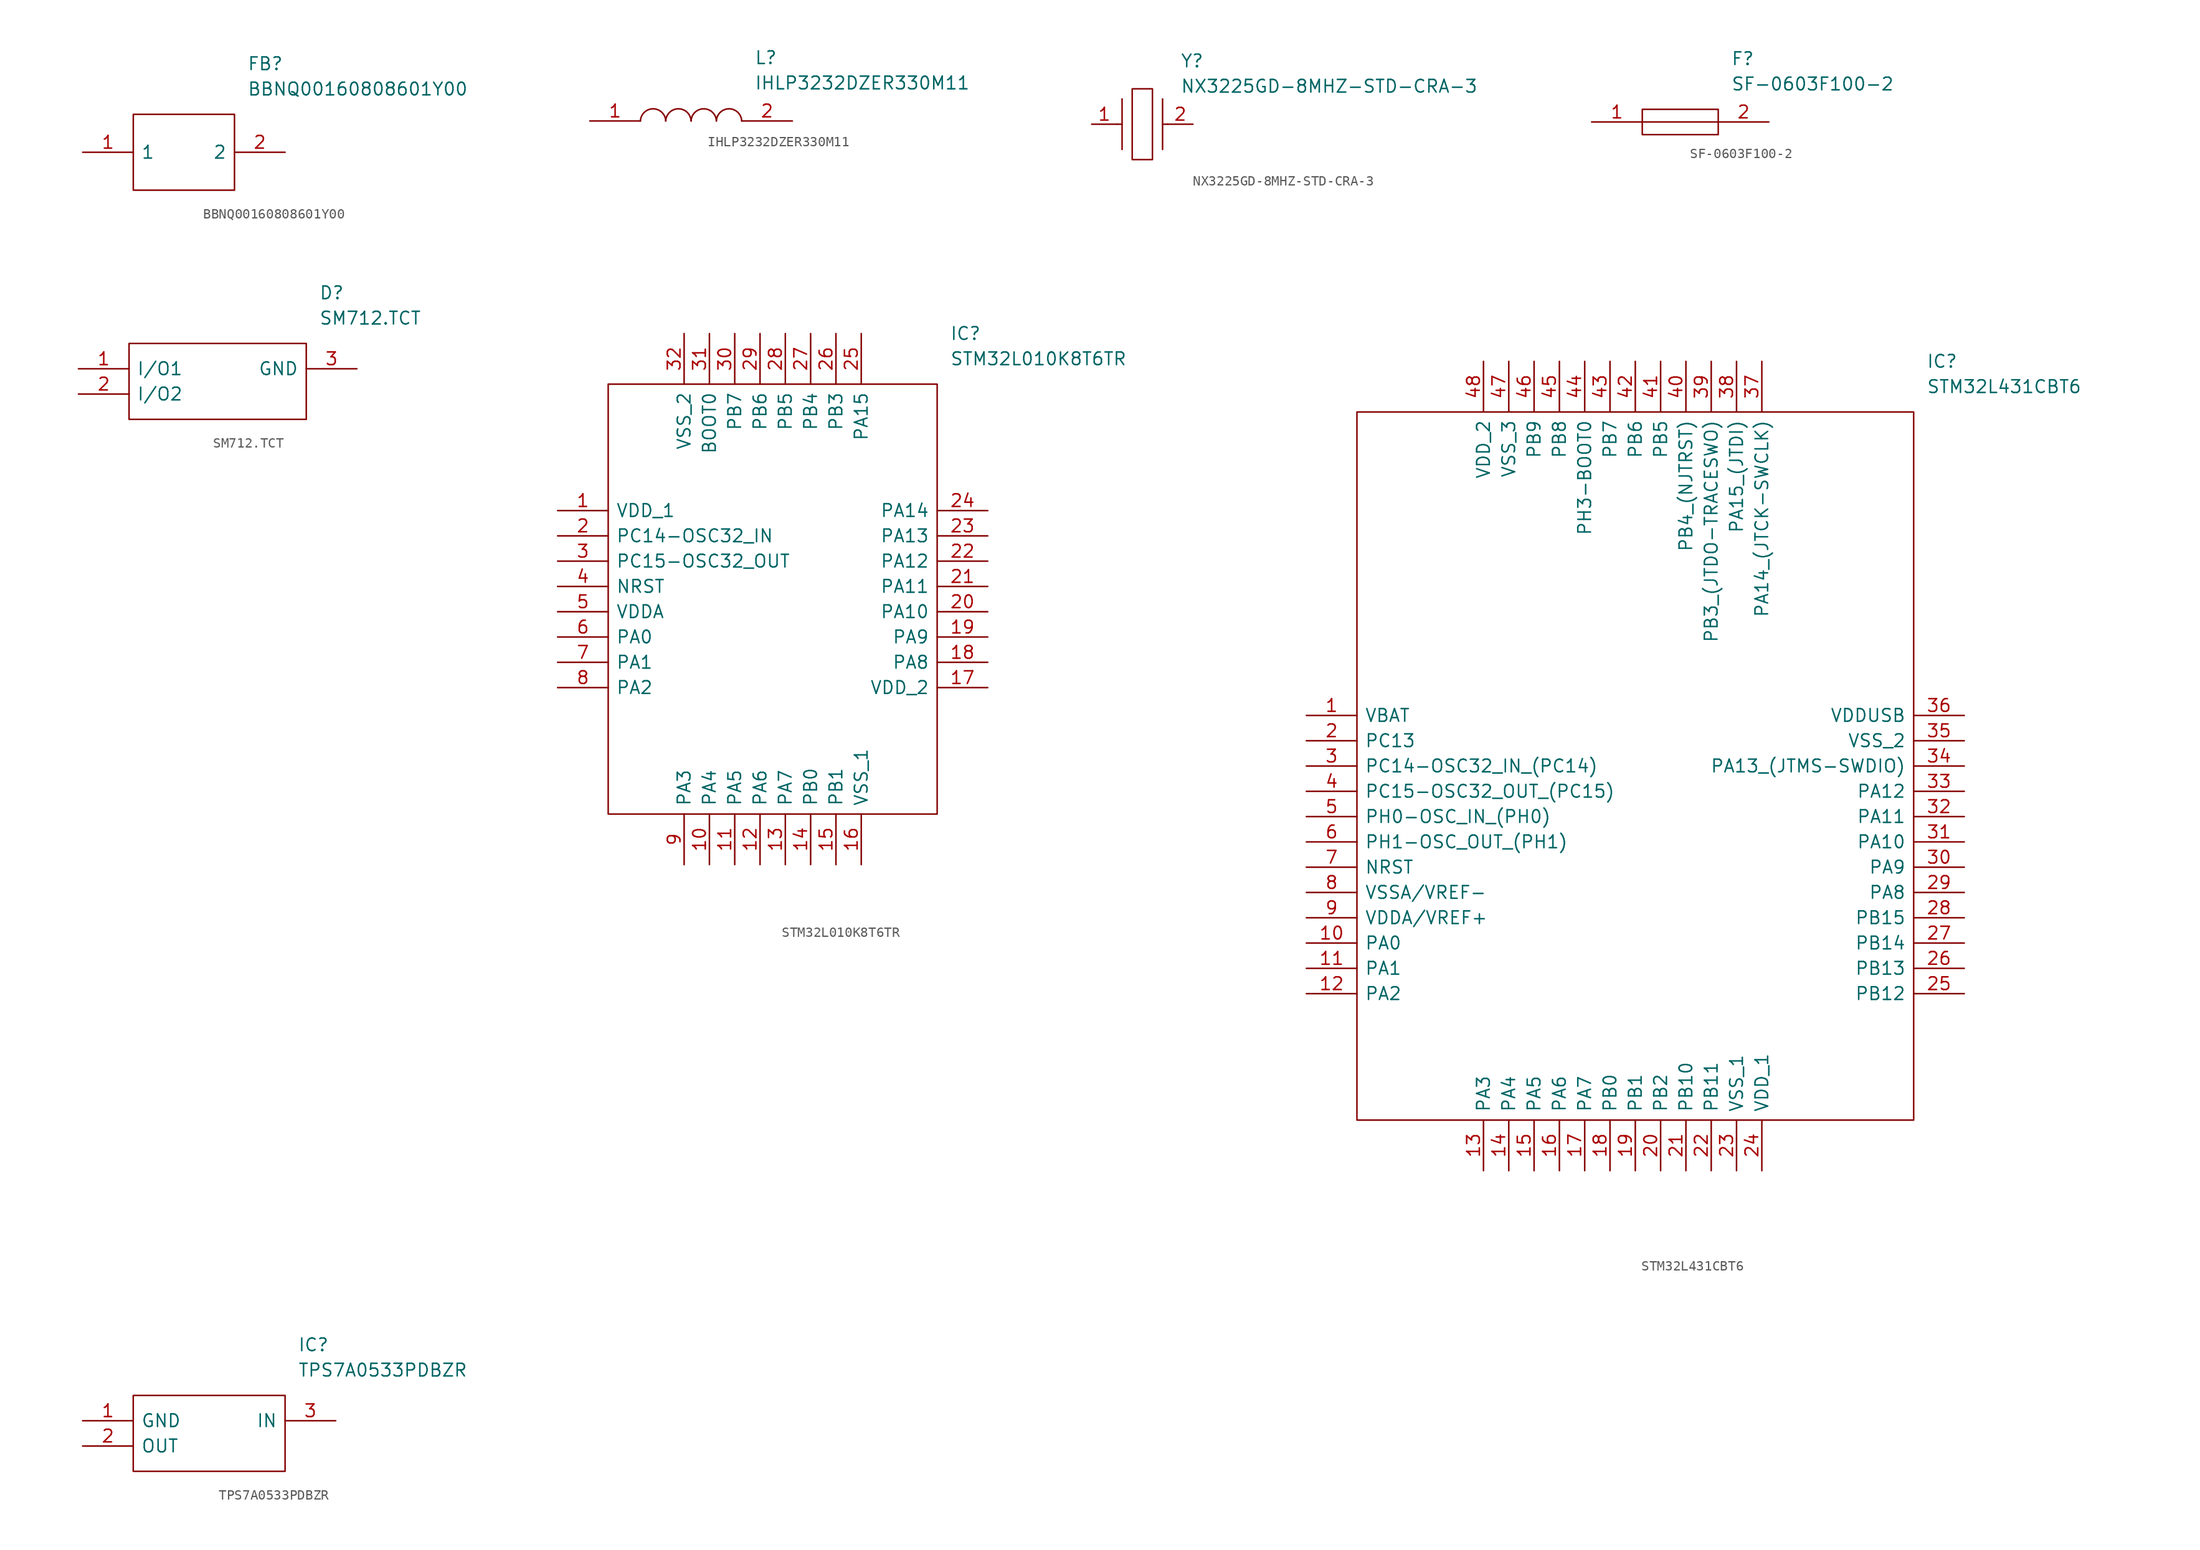
<source format=kicad_sym>
(kicad_symbol_lib
  (version 20220914)
  (generator kicad_symbol_editor)
  (symbol "BBNQ00160808601Y00"
    (pin_names
      (offset 0.762))
    (property "Reference" "FB"
      (at 16.51 7.62 0)
      (effects (font (size 1.27 1.27)) (justify left)))
    (property "Value" "BBNQ00160808601Y00"
      (at 16.51 5.08 0)
      (effects (font (size 1.27 1.27)) (justify left)))
    (symbol "BBNQ00160808601Y00_0_0"
      (pin passive line (at 0 -1.27 0) (length 5.08) (name "1" (effects (font (size 1.27 1.27)))) (number "1" (effects (font (size 1.27 1.27)))))
      (pin passive line (at 20.32 -1.27 180) (length 5.08) (name "2" (effects (font (size 1.27 1.27)))) (number "2" (effects (font (size 1.27 1.27))))))
    (symbol "BBNQ00160808601Y00_0_1"
      (polyline (pts (xy 5.08 2.54) (xy 15.24 2.54) (xy 15.24 -5.08) (xy 5.08 -5.08) (xy 5.08 2.54)) (stroke (width 0.152) (type solid)) (fill (type none)))))
  (symbol "IHLP3232DZER330M11"
    (pin_names
      (offset 0.762))
    (property "Reference" "L"
      (at 16.51 6.35 0)
      (effects (font (size 1.27 1.27)) (justify left)))
    (property "Value" "IHLP3232DZER330M11"
      (at 16.51 3.81 0)
      (effects (font (size 1.27 1.27)) (justify left)))
    (symbol "IHLP3232DZER330M11_0_0"
      (pin passive line (at 0 0 0) (length 5.08) (name "~" (effects (font (size 1.27 1.27)))) (number "1" (effects (font (size 1.27 1.27)))))
      (pin passive line (at 20.32 0 180) (length 5.08) (name "~" (effects (font (size 1.27 1.27)))) (number "2" (effects (font (size 1.27 1.27))))))
    (symbol "IHLP3232DZER330M11_0_1"
      (arc (start 7.62 0) (mid 6.35 1.2202) (end 5.08 0) (stroke (width 0.1524) (type solid)) (fill (type none)))
      (arc (start 10.16 0) (mid 8.89 1.2202) (end 7.62 0) (stroke (width 0.1524) (type solid)) (fill (type none)))
      (arc (start 12.7 0) (mid 11.43 1.2202) (end 10.16 0) (stroke (width 0.1524) (type solid)) (fill (type none)))
      (arc (start 15.24 0) (mid 13.97 1.2202) (end 12.7 0) (stroke (width 0.1524) (type solid)) (fill (type none)))))
  (symbol "NX3225GD-8MHZ-STD-CRA-3"
    (pin_names
      (offset 0.762))
    (property "Reference" "Y"
      (at 8.89 6.35 0)
      (effects (font (size 1.27 1.27)) (justify left)))
    (property "Value" "NX3225GD-8MHZ-STD-CRA-3"
      (at 8.89 3.81 0)
      (effects (font (size 1.27 1.27)) (justify left)))
    (symbol "NX3225GD-8MHZ-STD-CRA-3_0_0"
      (pin passive line (at 0 0 0) (length 2.54) (name "~" (effects (font (size 1.27 1.27)))) (number "1" (effects (font (size 1.27 1.27)))))
      (pin passive line (at 10.16 0 180) (length 2.54) (name "~" (effects (font (size 1.27 1.27)))) (number "2" (effects (font (size 1.27 1.27))))))
    (symbol "NX3225GD-8MHZ-STD-CRA-3_0_1"
      (polyline (pts (xy 3.048 0) (xy 2.54 0)) (stroke (width 0.152) (type solid)) (fill (type none)))
      (polyline (pts (xy 3.048 2.54) (xy 3.048 -2.54)) (stroke (width 0.152) (type solid)) (fill (type none)))
      (polyline (pts (xy 7.112 0) (xy 7.62 0)) (stroke (width 0.152) (type solid)) (fill (type none)))
      (polyline (pts (xy 7.112 2.54) (xy 7.112 -2.54)) (stroke (width 0.152) (type solid)) (fill (type none)))
      (polyline (pts (xy 4.064 3.556) (xy 4.064 -3.556) (xy 6.096 -3.556) (xy 6.096 3.556) (xy 4.064 3.556)) (stroke (width 0.152) (type solid)) (fill (type none)))))
  (symbol "SF-0603F100-2"
    (pin_names
      (offset 0.762))
    (property "Reference" "F"
      (at 13.97 6.35 0)
      (effects (font (size 1.27 1.27)) (justify left)))
    (property "Value" "SF-0603F100-2"
      (at 13.97 3.81 0)
      (effects (font (size 1.27 1.27)) (justify left)))
    (symbol "SF-0603F100-2_0_0"
      (pin passive line (at 0 0 0) (length 5.08) (name "~" (effects (font (size 1.27 1.27)))) (number "1" (effects (font (size 1.27 1.27)))))
      (pin passive line (at 17.78 0 180) (length 5.08) (name "~" (effects (font (size 1.27 1.27)))) (number "2" (effects (font (size 1.27 1.27))))))
    (symbol "SF-0603F100-2_0_1"
      (polyline (pts (xy 5.08 0) (xy 12.7 0)) (stroke (width 0.152) (type solid)) (fill (type none)))
      (polyline (pts (xy 5.08 1.27) (xy 12.7 1.27) (xy 12.7 -1.27) (xy 5.08 -1.27) (xy 5.08 1.27)) (stroke (width 0.152) (type solid)) (fill (type none)))))
  (symbol "SM712.TCT"
    (pin_names
      (offset 0.762))
    (property "Reference" "D"
      (at 24.13 7.62 0)
      (effects (font (size 1.27 1.27)) (justify left)))
    (property "Value" "SM712.TCT"
      (at 24.13 5.08 0)
      (effects (font (size 1.27 1.27)) (justify left)))
    (symbol "SM712.TCT_0_0"
      (pin passive line (at 0 0 0) (length 5.08) (name "I/O1" (effects (font (size 1.27 1.27)))) (number "1" (effects (font (size 1.27 1.27)))))
      (pin passive line (at 0 -2.54 0) (length 5.08) (name "I/O2" (effects (font (size 1.27 1.27)))) (number "2" (effects (font (size 1.27 1.27)))))
      (pin passive line (at 27.94 0 180) (length 5.08) (name "GND" (effects (font (size 1.27 1.27)))) (number "3" (effects (font (size 1.27 1.27))))))
    (symbol "SM712.TCT_0_1"
      (polyline (pts (xy 5.08 2.54) (xy 22.86 2.54) (xy 22.86 -5.08) (xy 5.08 -5.08) (xy 5.08 2.54)) (stroke (width 0.152) (type solid)) (fill (type none)))))
  (symbol "STM32L010K8T6TR"
    (pin_names
      (offset 0.762))
    (property "Reference" "IC"
      (at 39.37 17.78 0)
      (effects (font (size 1.27 1.27)) (justify left)))
    (property "Value" "STM32L010K8T6TR"
      (at 39.37 15.24 0)
      (effects (font (size 1.27 1.27)) (justify left)))
    (symbol "STM32L010K8T6TR_0_0"
      (pin passive line (at 0 0 0) (length 5.08) (name "VDD_1" (effects (font (size 1.27 1.27)))) (number "1" (effects (font (size 1.27 1.27)))))
      (pin passive line (at 15.24 -35.56 90) (length 5.08) (name "PA4" (effects (font (size 1.27 1.27)))) (number "10" (effects (font (size 1.27 1.27)))))
      (pin passive line (at 17.78 -35.56 90) (length 5.08) (name "PA5" (effects (font (size 1.27 1.27)))) (number "11" (effects (font (size 1.27 1.27)))))
      (pin passive line (at 20.32 -35.56 90) (length 5.08) (name "PA6" (effects (font (size 1.27 1.27)))) (number "12" (effects (font (size 1.27 1.27)))))
      (pin passive line (at 22.86 -35.56 90) (length 5.08) (name "PA7" (effects (font (size 1.27 1.27)))) (number "13" (effects (font (size 1.27 1.27)))))
      (pin passive line (at 25.4 -35.56 90) (length 5.08) (name "PB0" (effects (font (size 1.27 1.27)))) (number "14" (effects (font (size 1.27 1.27)))))
      (pin passive line (at 27.94 -35.56 90) (length 5.08) (name "PB1" (effects (font (size 1.27 1.27)))) (number "15" (effects (font (size 1.27 1.27)))))
      (pin passive line (at 30.48 -35.56 90) (length 5.08) (name "VSS_1" (effects (font (size 1.27 1.27)))) (number "16" (effects (font (size 1.27 1.27)))))
      (pin passive line (at 43.18 -17.78 180) (length 5.08) (name "VDD_2" (effects (font (size 1.27 1.27)))) (number "17" (effects (font (size 1.27 1.27)))))
      (pin passive line (at 43.18 -15.24 180) (length 5.08) (name "PA8" (effects (font (size 1.27 1.27)))) (number "18" (effects (font (size 1.27 1.27)))))
      (pin passive line (at 43.18 -12.7 180) (length 5.08) (name "PA9" (effects (font (size 1.27 1.27)))) (number "19" (effects (font (size 1.27 1.27)))))
      (pin passive line (at 0 -2.54 0) (length 5.08) (name "PC14-OSC32_IN" (effects (font (size 1.27 1.27)))) (number "2" (effects (font (size 1.27 1.27)))))
      (pin passive line (at 43.18 -10.16 180) (length 5.08) (name "PA10" (effects (font (size 1.27 1.27)))) (number "20" (effects (font (size 1.27 1.27)))))
      (pin passive line (at 43.18 -7.62 180) (length 5.08) (name "PA11" (effects (font (size 1.27 1.27)))) (number "21" (effects (font (size 1.27 1.27)))))
      (pin passive line (at 43.18 -5.08 180) (length 5.08) (name "PA12" (effects (font (size 1.27 1.27)))) (number "22" (effects (font (size 1.27 1.27)))))
      (pin passive line (at 43.18 -2.54 180) (length 5.08) (name "PA13" (effects (font (size 1.27 1.27)))) (number "23" (effects (font (size 1.27 1.27)))))
      (pin passive line (at 43.18 0 180) (length 5.08) (name "PA14" (effects (font (size 1.27 1.27)))) (number "24" (effects (font (size 1.27 1.27)))))
      (pin passive line (at 30.48 17.78 270) (length 5.08) (name "PA15" (effects (font (size 1.27 1.27)))) (number "25" (effects (font (size 1.27 1.27)))))
      (pin passive line (at 27.94 17.78 270) (length 5.08) (name "PB3" (effects (font (size 1.27 1.27)))) (number "26" (effects (font (size 1.27 1.27)))))
      (pin passive line (at 25.4 17.78 270) (length 5.08) (name "PB4" (effects (font (size 1.27 1.27)))) (number "27" (effects (font (size 1.27 1.27)))))
      (pin passive line (at 22.86 17.78 270) (length 5.08) (name "PB5" (effects (font (size 1.27 1.27)))) (number "28" (effects (font (size 1.27 1.27)))))
      (pin passive line (at 20.32 17.78 270) (length 5.08) (name "PB6" (effects (font (size 1.27 1.27)))) (number "29" (effects (font (size 1.27 1.27)))))
      (pin passive line (at 0 -5.08 0) (length 5.08) (name "PC15-OSC32_OUT" (effects (font (size 1.27 1.27)))) (number "3" (effects (font (size 1.27 1.27)))))
      (pin passive line (at 17.78 17.78 270) (length 5.08) (name "PB7" (effects (font (size 1.27 1.27)))) (number "30" (effects (font (size 1.27 1.27)))))
      (pin passive line (at 15.24 17.78 270) (length 5.08) (name "BOOT0" (effects (font (size 1.27 1.27)))) (number "31" (effects (font (size 1.27 1.27)))))
      (pin passive line (at 12.7 17.78 270) (length 5.08) (name "VSS_2" (effects (font (size 1.27 1.27)))) (number "32" (effects (font (size 1.27 1.27)))))
      (pin passive line (at 0 -7.62 0) (length 5.08) (name "NRST" (effects (font (size 1.27 1.27)))) (number "4" (effects (font (size 1.27 1.27)))))
      (pin passive line (at 0 -10.16 0) (length 5.08) (name "VDDA" (effects (font (size 1.27 1.27)))) (number "5" (effects (font (size 1.27 1.27)))))
      (pin passive line (at 0 -12.7 0) (length 5.08) (name "PA0" (effects (font (size 1.27 1.27)))) (number "6" (effects (font (size 1.27 1.27)))))
      (pin passive line (at 0 -15.24 0) (length 5.08) (name "PA1" (effects (font (size 1.27 1.27)))) (number "7" (effects (font (size 1.27 1.27)))))
      (pin passive line (at 0 -17.78 0) (length 5.08) (name "PA2" (effects (font (size 1.27 1.27)))) (number "8" (effects (font (size 1.27 1.27)))))
      (pin passive line (at 12.7 -35.56 90) (length 5.08) (name "PA3" (effects (font (size 1.27 1.27)))) (number "9" (effects (font (size 1.27 1.27))))))
    (symbol "STM32L010K8T6TR_0_1"
      (polyline (pts (xy 5.08 12.7) (xy 38.1 12.7) (xy 38.1 -30.48) (xy 5.08 -30.48) (xy 5.08 12.7)) (stroke (width 0.152) (type solid)) (fill (type none)))))
  (symbol "STM32L431CBT6"
    (pin_names
      (offset 0.762))
    (property "Reference" "IC"
      (at 62.23 35.56 0)
      (effects (font (size 1.27 1.27)) (justify left)))
    (property "Value" "STM32L431CBT6"
      (at 62.23 33.02 0)
      (effects (font (size 1.27 1.27)) (justify left)))
    (symbol "STM32L431CBT6_0_0"
      (pin power_in line (at 0 0 0) (length 5.08) (name "VBAT" (effects (font (size 1.27 1.27)))) (number "1" (effects (font (size 1.27 1.27)))))
      (pin passive line (at 0 -22.86 0) (length 5.08) (name "PA0" (effects (font (size 1.27 1.27)))) (number "10" (effects (font (size 1.27 1.27)))))
      (pin passive line (at 0 -25.4 0) (length 5.08) (name "PA1" (effects (font (size 1.27 1.27)))) (number "11" (effects (font (size 1.27 1.27)))))
      (pin passive line (at 0 -27.94 0) (length 5.08) (name "PA2" (effects (font (size 1.27 1.27)))) (number "12" (effects (font (size 1.27 1.27)))))
      (pin passive line (at 17.78 -45.72 90) (length 5.08) (name "PA3" (effects (font (size 1.27 1.27)))) (number "13" (effects (font (size 1.27 1.27)))))
      (pin passive line (at 20.32 -45.72 90) (length 5.08) (name "PA4" (effects (font (size 1.27 1.27)))) (number "14" (effects (font (size 1.27 1.27)))))
      (pin passive line (at 22.86 -45.72 90) (length 5.08) (name "PA5" (effects (font (size 1.27 1.27)))) (number "15" (effects (font (size 1.27 1.27)))))
      (pin passive line (at 25.4 -45.72 90) (length 5.08) (name "PA6" (effects (font (size 1.27 1.27)))) (number "16" (effects (font (size 1.27 1.27)))))
      (pin passive line (at 27.94 -45.72 90) (length 5.08) (name "PA7" (effects (font (size 1.27 1.27)))) (number "17" (effects (font (size 1.27 1.27)))))
      (pin passive line (at 30.48 -45.72 90) (length 5.08) (name "PB0" (effects (font (size 1.27 1.27)))) (number "18" (effects (font (size 1.27 1.27)))))
      (pin passive line (at 33.02 -45.72 90) (length 5.08) (name "PB1" (effects (font (size 1.27 1.27)))) (number "19" (effects (font (size 1.27 1.27)))))
      (pin passive line (at 0 -2.54 0) (length 5.08) (name "PC13" (effects (font (size 1.27 1.27)))) (number "2" (effects (font (size 1.27 1.27)))))
      (pin passive line (at 35.56 -45.72 90) (length 5.08) (name "PB2" (effects (font (size 1.27 1.27)))) (number "20" (effects (font (size 1.27 1.27)))))
      (pin passive line (at 38.1 -45.72 90) (length 5.08) (name "PB10" (effects (font (size 1.27 1.27)))) (number "21" (effects (font (size 1.27 1.27)))))
      (pin passive line (at 40.64 -45.72 90) (length 5.08) (name "PB11" (effects (font (size 1.27 1.27)))) (number "22" (effects (font (size 1.27 1.27)))))
      (pin power_in line (at 43.18 -45.72 90) (length 5.08) (name "VSS_1" (effects (font (size 1.27 1.27)))) (number "23" (effects (font (size 1.27 1.27)))))
      (pin power_in line (at 45.72 -45.72 90) (length 5.08) (name "VDD_1" (effects (font (size 1.27 1.27)))) (number "24" (effects (font (size 1.27 1.27)))))
      (pin passive line (at 66.04 -27.94 180) (length 5.08) (name "PB12" (effects (font (size 1.27 1.27)))) (number "25" (effects (font (size 1.27 1.27)))))
      (pin passive line (at 66.04 -25.4 180) (length 5.08) (name "PB13" (effects (font (size 1.27 1.27)))) (number "26" (effects (font (size 1.27 1.27)))))
      (pin passive line (at 66.04 -22.86 180) (length 5.08) (name "PB14" (effects (font (size 1.27 1.27)))) (number "27" (effects (font (size 1.27 1.27)))))
      (pin passive line (at 66.04 -20.32 180) (length 5.08) (name "PB15" (effects (font (size 1.27 1.27)))) (number "28" (effects (font (size 1.27 1.27)))))
      (pin passive line (at 66.04 -17.78 180) (length 5.08) (name "PA8" (effects (font (size 1.27 1.27)))) (number "29" (effects (font (size 1.27 1.27)))))
      (pin passive line (at 0 -5.08 0) (length 5.08) (name "PC14-OSC32_IN_(PC14)" (effects (font (size 1.27 1.27)))) (number "3" (effects (font (size 1.27 1.27)))))
      (pin passive line (at 66.04 -15.24 180) (length 5.08) (name "PA9" (effects (font (size 1.27 1.27)))) (number "30" (effects (font (size 1.27 1.27)))))
      (pin passive line (at 66.04 -12.7 180) (length 5.08) (name "PA10" (effects (font (size 1.27 1.27)))) (number "31" (effects (font (size 1.27 1.27)))))
      (pin passive line (at 66.04 -10.16 180) (length 5.08) (name "PA11" (effects (font (size 1.27 1.27)))) (number "32" (effects (font (size 1.27 1.27)))))
      (pin passive line (at 66.04 -7.62 180) (length 5.08) (name "PA12" (effects (font (size 1.27 1.27)))) (number "33" (effects (font (size 1.27 1.27)))))
      (pin passive line (at 66.04 -5.08 180) (length 5.08) (name "PA13_(JTMS-SWDIO)" (effects (font (size 1.27 1.27)))) (number "34" (effects (font (size 1.27 1.27)))))
      (pin power_in line (at 66.04 -2.54 180) (length 5.08) (name "VSS_2" (effects (font (size 1.27 1.27)))) (number "35" (effects (font (size 1.27 1.27)))))
      (pin power_in line (at 66.04 0 180) (length 5.08) (name "VDDUSB" (effects (font (size 1.27 1.27)))) (number "36" (effects (font (size 1.27 1.27)))))
      (pin passive line (at 45.72 35.56 270) (length 5.08) (name "PA14_(JTCK-SWCLK)" (effects (font (size 1.27 1.27)))) (number "37" (effects (font (size 1.27 1.27)))))
      (pin passive line (at 43.18 35.56 270) (length 5.08) (name "PA15_(JTDI)" (effects (font (size 1.27 1.27)))) (number "38" (effects (font (size 1.27 1.27)))))
      (pin passive line (at 40.64 35.56 270) (length 5.08) (name "PB3_(JTDO-TRACESWO)" (effects (font (size 1.27 1.27)))) (number "39" (effects (font (size 1.27 1.27)))))
      (pin passive line (at 0 -7.62 0) (length 5.08) (name "PC15-OSC32_OUT_(PC15)" (effects (font (size 1.27 1.27)))) (number "4" (effects (font (size 1.27 1.27)))))
      (pin passive line (at 38.1 35.56 270) (length 5.08) (name "PB4_(NJTRST)" (effects (font (size 1.27 1.27)))) (number "40" (effects (font (size 1.27 1.27)))))
      (pin passive line (at 35.56 35.56 270) (length 5.08) (name "PB5" (effects (font (size 1.27 1.27)))) (number "41" (effects (font (size 1.27 1.27)))))
      (pin passive line (at 33.02 35.56 270) (length 5.08) (name "PB6" (effects (font (size 1.27 1.27)))) (number "42" (effects (font (size 1.27 1.27)))))
      (pin passive line (at 30.48 35.56 270) (length 5.08) (name "PB7" (effects (font (size 1.27 1.27)))) (number "43" (effects (font (size 1.27 1.27)))))
      (pin passive line (at 27.94 35.56 270) (length 5.08) (name "PH3-BOOT0" (effects (font (size 1.27 1.27)))) (number "44" (effects (font (size 1.27 1.27)))))
      (pin passive line (at 25.4 35.56 270) (length 5.08) (name "PB8" (effects (font (size 1.27 1.27)))) (number "45" (effects (font (size 1.27 1.27)))))
      (pin passive line (at 22.86 35.56 270) (length 5.08) (name "PB9" (effects (font (size 1.27 1.27)))) (number "46" (effects (font (size 1.27 1.27)))))
      (pin power_in line (at 20.32 35.56 270) (length 5.08) (name "VSS_3" (effects (font (size 1.27 1.27)))) (number "47" (effects (font (size 1.27 1.27)))))
      (pin power_in line (at 17.78 35.56 270) (length 5.08) (name "VDD_2" (effects (font (size 1.27 1.27)))) (number "48" (effects (font (size 1.27 1.27)))))
      (pin passive line (at 0 -10.16 0) (length 5.08) (name "PH0-OSC_IN_(PH0)" (effects (font (size 1.27 1.27)))) (number "5" (effects (font (size 1.27 1.27)))))
      (pin passive line (at 0 -12.7 0) (length 5.08) (name "PH1-OSC_OUT_(PH1)" (effects (font (size 1.27 1.27)))) (number "6" (effects (font (size 1.27 1.27)))))
      (pin passive line (at 0 -15.24 0) (length 5.08) (name "NRST" (effects (font (size 1.27 1.27)))) (number "7" (effects (font (size 1.27 1.27)))))
      (pin power_in line (at 0 -17.78 0) (length 5.08) (name "VSSA/VREF-" (effects (font (size 1.27 1.27)))) (number "8" (effects (font (size 1.27 1.27)))))
      (pin power_in line (at 0 -20.32 0) (length 5.08) (name "VDDA/VREF+" (effects (font (size 1.27 1.27)))) (number "9" (effects (font (size 1.27 1.27))))))
    (symbol "STM32L431CBT6_0_1"
      (polyline (pts (xy 5.08 30.48) (xy 60.96 30.48) (xy 60.96 -40.64) (xy 5.08 -40.64) (xy 5.08 30.48)) (stroke (width 0.152) (type solid)) (fill (type none)))))
  (symbol "TPS7A0533PDBZR"
    (pin_names
      (offset 0.762))
    (property "Reference" "IC"
      (at 21.59 7.62 0)
      (effects (font (size 1.27 1.27)) (justify left)))
    (property "Value" "TPS7A0533PDBZR"
      (at 21.59 5.08 0)
      (effects (font (size 1.27 1.27)) (justify left)))
    (symbol "TPS7A0533PDBZR_0_0"
      (pin power_in line (at 0 0 0) (length 5.08) (name "GND" (effects (font (size 1.27 1.27)))) (number "1" (effects (font (size 1.27 1.27)))))
      (pin output line (at 0 -2.54 0) (length 5.08) (name "OUT" (effects (font (size 1.27 1.27)))) (number "2" (effects (font (size 1.27 1.27)))))
      (pin input line (at 25.4 0 180) (length 5.08) (name "IN" (effects (font (size 1.27 1.27)))) (number "3" (effects (font (size 1.27 1.27))))))
    (symbol "TPS7A0533PDBZR_0_1"
      (polyline (pts (xy 5.08 2.54) (xy 20.32 2.54) (xy 20.32 -5.08) (xy 5.08 -5.08) (xy 5.08 2.54)) (stroke (width 0.152) (type solid)) (fill (type none))))))
</source>
